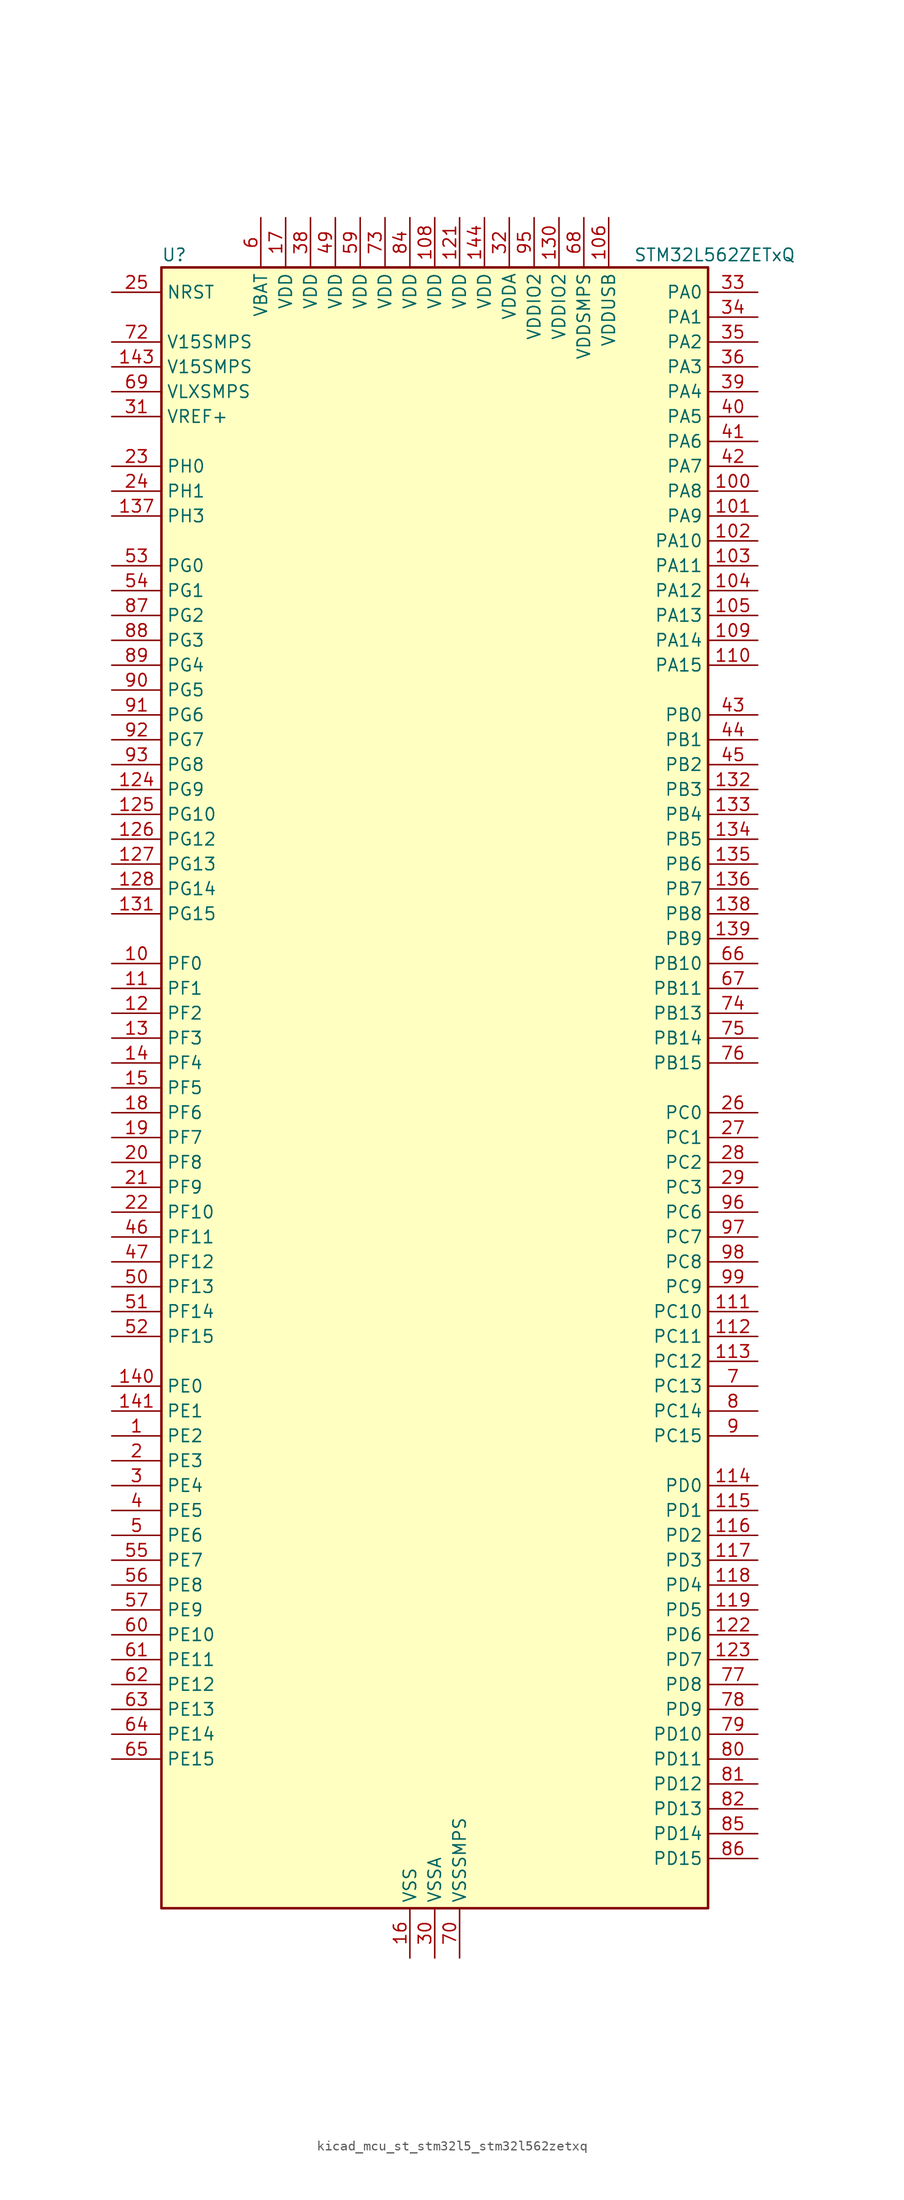
<source format=kicad_sym>
(kicad_symbol_lib
  (version 20220914)
  (generator kicad_symbol_editor)
  (symbol "kicad_mcu_st_stm32l5_stm32l562zetxq"
    (property "Reference" "U"
      (at -27.94 85.09 0)
      (effects (font (size 1.27 1.27)) (justify left)))
    (property "Value" "STM32L562ZETxQ"
      (at 20.32 85.09 0)
      (effects (font (size 1.27 1.27)) (justify left)))
    (property "ki_locked" ""
      (at 0 0 0)
      (effects (font (size 1.27 1.27))))
    (symbol "kicad_mcu_st_stm32l5_stm32l562zetxq_0_1"
      (rectangle (start -27.94 -83.82) (end 27.94 83.82) (stroke (width 0.254) (type default)) (fill (type background))))
    (symbol "kicad_mcu_st_stm32l5_stm32l562zetxq_1_1"
      (pin bidirectional line (at -33.02 -35.56 0) (length 5.08) (name "PE2" (effects (font (size 1.27 1.27)))) (number "1" (effects (font (size 1.27 1.27)))) (alternate "DEBUG_TRACECLK" bidirectional line) (alternate "FMC_A23" bidirectional line) (alternate "SAI1_CK1" bidirectional line) (alternate "SAI1_MCLK_A" bidirectional line) (alternate "TIM3_ETR" bidirectional line) (alternate "TSC_G7_IO1" bidirectional line))
      (pin bidirectional line (at -33.02 12.7 0) (length 5.08) (name "PF0" (effects (font (size 1.27 1.27)))) (number "10" (effects (font (size 1.27 1.27)))) (alternate "FMC_A0" bidirectional line) (alternate "I2C2_SDA" bidirectional line))
      (pin bidirectional line (at 33.02 60.96 180) (length 5.08) (name "PA8" (effects (font (size 1.27 1.27)))) (number "100" (effects (font (size 1.27 1.27)))) (alternate "LPTIM2_OUT" bidirectional line) (alternate "RCC_MCO" bidirectional line) (alternate "SAI1_CK2" bidirectional line) (alternate "SAI1_SCK_A" bidirectional line) (alternate "TIM1_CH1" bidirectional line) (alternate "USART1_CK" bidirectional line))
      (pin bidirectional line (at 33.02 58.42 180) (length 5.08) (name "PA9" (effects (font (size 1.27 1.27)))) (number "101" (effects (font (size 1.27 1.27)))) (alternate "DAC1_EXTI9" bidirectional line) (alternate "SAI1_FS_A" bidirectional line) (alternate "SPI2_SCK" bidirectional line) (alternate "TIM15_BKIN" bidirectional line) (alternate "TIM1_CH2" bidirectional line) (alternate "USART1_TX" bidirectional line))
      (pin bidirectional line (at 33.02 55.88 180) (length 5.08) (name "PA10" (effects (font (size 1.27 1.27)))) (number "102" (effects (font (size 1.27 1.27)))) (alternate "CRS_SYNC" bidirectional line) (alternate "SAI1_D1" bidirectional line) (alternate "SAI1_SD_A" bidirectional line) (alternate "TIM17_BKIN" bidirectional line) (alternate "TIM1_CH3" bidirectional line) (alternate "USART1_RX" bidirectional line))
      (pin bidirectional line (at 33.02 53.34 180) (length 5.08) (name "PA11" (effects (font (size 1.27 1.27)))) (number "103" (effects (font (size 1.27 1.27)))) (alternate "ADC1_EXTI11" bidirectional line) (alternate "ADC2_EXTI11" bidirectional line) (alternate "FDCAN1_RX" bidirectional line) (alternate "SPI1_MISO" bidirectional line) (alternate "TIM1_BKIN2" bidirectional line) (alternate "TIM1_CH4" bidirectional line) (alternate "USART1_CTS" bidirectional line) (alternate "USART1_NSS" bidirectional line) (alternate "USB_DM" bidirectional line))
      (pin bidirectional line (at 33.02 50.8 180) (length 5.08) (name "PA12" (effects (font (size 1.27 1.27)))) (number "104" (effects (font (size 1.27 1.27)))) (alternate "FDCAN1_TX" bidirectional line) (alternate "SPI1_MOSI" bidirectional line) (alternate "TIM1_ETR" bidirectional line) (alternate "USART1_DE" bidirectional line) (alternate "USART1_RTS" bidirectional line) (alternate "USB_DP" bidirectional line))
      (pin bidirectional line (at 33.02 48.26 180) (length 5.08) (name "PA13" (effects (font (size 1.27 1.27)))) (number "105" (effects (font (size 1.27 1.27)))) (alternate "DEBUG_JTMS-SWDIO" bidirectional line) (alternate "IR_OUT" bidirectional line) (alternate "SAI1_SD_B" bidirectional line) (alternate "USB_NOE" bidirectional line))
      (pin power_in line (at 17.78 88.9 270) (length 5.08) (name "VDDUSB" (effects (font (size 1.27 1.27)))) (number "106" (effects (font (size 1.27 1.27)))))
      (pin passive line (at -2.54 -88.9 90) (length 5.08) hide (name "VSS" (effects (font (size 1.27 1.27)))) (number "107" (effects (font (size 1.27 1.27)))))
      (pin power_in line (at 0 88.9 270) (length 5.08) (name "VDD" (effects (font (size 1.27 1.27)))) (number "108" (effects (font (size 1.27 1.27)))))
      (pin bidirectional line (at 33.02 45.72 180) (length 5.08) (name "PA14" (effects (font (size 1.27 1.27)))) (number "109" (effects (font (size 1.27 1.27)))) (alternate "DEBUG_JTCK-SWCLK" bidirectional line) (alternate "I2C1_SMBA" bidirectional line) (alternate "I2C4_SMBA" bidirectional line) (alternate "LPTIM1_OUT" bidirectional line) (alternate "SAI1_FS_B" bidirectional line))
      (pin bidirectional line (at -33.02 10.16 0) (length 5.08) (name "PF1" (effects (font (size 1.27 1.27)))) (number "11" (effects (font (size 1.27 1.27)))) (alternate "FMC_A1" bidirectional line) (alternate "I2C2_SCL" bidirectional line))
      (pin bidirectional line (at 33.02 43.18 180) (length 5.08) (name "PA15" (effects (font (size 1.27 1.27)))) (number "110" (effects (font (size 1.27 1.27)))) (alternate "ADC1_EXTI15" bidirectional line) (alternate "ADC2_EXTI15" bidirectional line) (alternate "DEBUG_JTDI" bidirectional line) (alternate "SAI2_FS_B" bidirectional line) (alternate "SPI1_NSS" bidirectional line) (alternate "SPI3_NSS" bidirectional line) (alternate "TIM2_CH1" bidirectional line) (alternate "TIM2_ETR" bidirectional line) (alternate "UART4_DE" bidirectional line) (alternate "UART4_RTS" bidirectional line) (alternate "UCPD1_CC1" bidirectional line) (alternate "USART2_RX" bidirectional line) (alternate "USART3_DE" bidirectional line) (alternate "USART3_RTS" bidirectional line))
      (pin bidirectional line (at 33.02 -22.86 180) (length 5.08) (name "PC10" (effects (font (size 1.27 1.27)))) (number "111" (effects (font (size 1.27 1.27)))) (alternate "DEBUG_TRACED1" bidirectional line) (alternate "LPTIM3_ETR" bidirectional line) (alternate "SAI2_SCK_B" bidirectional line) (alternate "SDMMC1_D2" bidirectional line) (alternate "SPI3_SCK" bidirectional line) (alternate "TSC_G3_IO2" bidirectional line) (alternate "UART4_TX" bidirectional line) (alternate "USART3_TX" bidirectional line))
      (pin bidirectional line (at 33.02 -25.4 180) (length 5.08) (name "PC11" (effects (font (size 1.27 1.27)))) (number "112" (effects (font (size 1.27 1.27)))) (alternate "ADC1_EXTI11" bidirectional line) (alternate "ADC2_EXTI11" bidirectional line) (alternate "LPTIM3_IN1" bidirectional line) (alternate "OCTOSPI1_NCS" bidirectional line) (alternate "SAI2_MCLK_B" bidirectional line) (alternate "SDMMC1_D3" bidirectional line) (alternate "SPI3_MISO" bidirectional line) (alternate "TSC_G3_IO3" bidirectional line) (alternate "UART4_RX" bidirectional line) (alternate "UCPD1_FRSTX2" bidirectional line) (alternate "USART3_RX" bidirectional line))
      (pin bidirectional line (at 33.02 -27.94 180) (length 5.08) (name "PC12" (effects (font (size 1.27 1.27)))) (number "113" (effects (font (size 1.27 1.27)))) (alternate "DEBUG_TRACED3" bidirectional line) (alternate "SAI2_SD_B" bidirectional line) (alternate "SDMMC1_CK" bidirectional line) (alternate "SPI3_MOSI" bidirectional line) (alternate "TSC_G3_IO4" bidirectional line) (alternate "UART5_TX" bidirectional line) (alternate "USART3_CK" bidirectional line))
      (pin bidirectional line (at 33.02 -40.64 180) (length 5.08) (name "PD0" (effects (font (size 1.27 1.27)))) (number "114" (effects (font (size 1.27 1.27)))) (alternate "FDCAN1_RX" bidirectional line) (alternate "FMC_D2" bidirectional line) (alternate "FMC_DA2" bidirectional line) (alternate "SPI2_NSS" bidirectional line))
      (pin bidirectional line (at 33.02 -43.18 180) (length 5.08) (name "PD1" (effects (font (size 1.27 1.27)))) (number "115" (effects (font (size 1.27 1.27)))) (alternate "FDCAN1_TX" bidirectional line) (alternate "FMC_D3" bidirectional line) (alternate "FMC_DA3" bidirectional line) (alternate "SPI2_SCK" bidirectional line))
      (pin bidirectional line (at 33.02 -45.72 180) (length 5.08) (name "PD2" (effects (font (size 1.27 1.27)))) (number "116" (effects (font (size 1.27 1.27)))) (alternate "DEBUG_TRACED2" bidirectional line) (alternate "SDMMC1_CMD" bidirectional line) (alternate "TIM3_ETR" bidirectional line) (alternate "TSC_SYNC" bidirectional line) (alternate "UART5_RX" bidirectional line) (alternate "USART3_DE" bidirectional line) (alternate "USART3_RTS" bidirectional line))
      (pin bidirectional line (at 33.02 -48.26 180) (length 5.08) (name "PD3" (effects (font (size 1.27 1.27)))) (number "117" (effects (font (size 1.27 1.27)))) (alternate "DFSDM1_DATIN0" bidirectional line) (alternate "FMC_CLK" bidirectional line) (alternate "SPI2_MISO" bidirectional line) (alternate "SPI2_SCK" bidirectional line) (alternate "USART2_CTS" bidirectional line) (alternate "USART2_NSS" bidirectional line))
      (pin bidirectional line (at 33.02 -50.8 180) (length 5.08) (name "PD4" (effects (font (size 1.27 1.27)))) (number "118" (effects (font (size 1.27 1.27)))) (alternate "DFSDM1_CKIN0" bidirectional line) (alternate "FMC_NOE" bidirectional line) (alternate "OCTOSPI1_IO4" bidirectional line) (alternate "SPI2_MOSI" bidirectional line) (alternate "USART2_DE" bidirectional line) (alternate "USART2_RTS" bidirectional line))
      (pin bidirectional line (at 33.02 -53.34 180) (length 5.08) (name "PD5" (effects (font (size 1.27 1.27)))) (number "119" (effects (font (size 1.27 1.27)))) (alternate "FMC_NWE" bidirectional line) (alternate "OCTOSPI1_IO5" bidirectional line) (alternate "USART2_TX" bidirectional line))
      (pin bidirectional line (at -33.02 7.62 0) (length 5.08) (name "PF2" (effects (font (size 1.27 1.27)))) (number "12" (effects (font (size 1.27 1.27)))) (alternate "FMC_A2" bidirectional line) (alternate "I2C2_SMBA" bidirectional line))
      (pin passive line (at -2.54 -88.9 90) (length 5.08) hide (name "VSS" (effects (font (size 1.27 1.27)))) (number "120" (effects (font (size 1.27 1.27)))))
      (pin power_in line (at 2.54 88.9 270) (length 5.08) (name "VDD" (effects (font (size 1.27 1.27)))) (number "121" (effects (font (size 1.27 1.27)))))
      (pin bidirectional line (at 33.02 -55.88 180) (length 5.08) (name "PD6" (effects (font (size 1.27 1.27)))) (number "122" (effects (font (size 1.27 1.27)))) (alternate "DFSDM1_DATIN1" bidirectional line) (alternate "FMC_NWAIT" bidirectional line) (alternate "OCTOSPI1_IO6" bidirectional line) (alternate "SAI1_D1" bidirectional line) (alternate "SAI1_SD_A" bidirectional line) (alternate "SPI3_MOSI" bidirectional line) (alternate "USART2_RX" bidirectional line))
      (pin bidirectional line (at 33.02 -58.42 180) (length 5.08) (name "PD7" (effects (font (size 1.27 1.27)))) (number "123" (effects (font (size 1.27 1.27)))) (alternate "DFSDM1_CKIN1" bidirectional line) (alternate "FMC_NCE" bidirectional line) (alternate "FMC_NE1" bidirectional line) (alternate "OCTOSPI1_IO7" bidirectional line) (alternate "USART2_CK" bidirectional line))
      (pin bidirectional line (at -33.02 30.48 0) (length 5.08) (name "PG9" (effects (font (size 1.27 1.27)))) (number "124" (effects (font (size 1.27 1.27)))) (alternate "DAC1_EXTI9" bidirectional line) (alternate "FMC_NCE" bidirectional line) (alternate "FMC_NE2" bidirectional line) (alternate "SAI2_SCK_A" bidirectional line) (alternate "SPI3_SCK" bidirectional line) (alternate "TIM15_CH1N" bidirectional line) (alternate "USART1_TX" bidirectional line))
      (pin bidirectional line (at -33.02 27.94 0) (length 5.08) (name "PG10" (effects (font (size 1.27 1.27)))) (number "125" (effects (font (size 1.27 1.27)))) (alternate "FMC_NE3" bidirectional line) (alternate "LPTIM1_IN1" bidirectional line) (alternate "SAI2_FS_A" bidirectional line) (alternate "SPI3_MISO" bidirectional line) (alternate "TIM15_CH1" bidirectional line) (alternate "USART1_RX" bidirectional line))
      (pin bidirectional line (at -33.02 25.4 0) (length 5.08) (name "PG12" (effects (font (size 1.27 1.27)))) (number "126" (effects (font (size 1.27 1.27)))) (alternate "FMC_NE4" bidirectional line) (alternate "LPTIM1_ETR" bidirectional line) (alternate "SAI2_SD_A" bidirectional line) (alternate "SPI3_NSS" bidirectional line) (alternate "USART1_DE" bidirectional line) (alternate "USART1_RTS" bidirectional line))
      (pin bidirectional line (at -33.02 22.86 0) (length 5.08) (name "PG13" (effects (font (size 1.27 1.27)))) (number "127" (effects (font (size 1.27 1.27)))) (alternate "FMC_A24" bidirectional line) (alternate "I2C1_SDA" bidirectional line) (alternate "USART1_CK" bidirectional line))
      (pin bidirectional line (at -33.02 20.32 0) (length 5.08) (name "PG14" (effects (font (size 1.27 1.27)))) (number "128" (effects (font (size 1.27 1.27)))) (alternate "FMC_A25" bidirectional line) (alternate "I2C1_SCL" bidirectional line))
      (pin passive line (at -2.54 -88.9 90) (length 5.08) hide (name "VSS" (effects (font (size 1.27 1.27)))) (number "129" (effects (font (size 1.27 1.27)))))
      (pin bidirectional line (at -33.02 5.08 0) (length 5.08) (name "PF3" (effects (font (size 1.27 1.27)))) (number "13" (effects (font (size 1.27 1.27)))) (alternate "FMC_A3" bidirectional line) (alternate "LPTIM3_IN1" bidirectional line))
      (pin power_in line (at 12.7 88.9 270) (length 5.08) (name "VDDIO2" (effects (font (size 1.27 1.27)))) (number "130" (effects (font (size 1.27 1.27)))))
      (pin bidirectional line (at -33.02 17.78 0) (length 5.08) (name "PG15" (effects (font (size 1.27 1.27)))) (number "131" (effects (font (size 1.27 1.27)))) (alternate "ADC1_EXTI15" bidirectional line) (alternate "ADC2_EXTI15" bidirectional line) (alternate "I2C1_SMBA" bidirectional line) (alternate "LPTIM1_OUT" bidirectional line))
      (pin bidirectional line (at 33.02 30.48 180) (length 5.08) (name "PB3" (effects (font (size 1.27 1.27)))) (number "132" (effects (font (size 1.27 1.27)))) (alternate "COMP2_INM" bidirectional line) (alternate "CRS_SYNC" bidirectional line) (alternate "DEBUG_JTDO-SWO" bidirectional line) (alternate "SAI1_SCK_B" bidirectional line) (alternate "SPI1_SCK" bidirectional line) (alternate "SPI3_SCK" bidirectional line) (alternate "TIM2_CH2" bidirectional line) (alternate "USART1_DE" bidirectional line) (alternate "USART1_RTS" bidirectional line))
      (pin bidirectional line (at 33.02 27.94 180) (length 5.08) (name "PB4" (effects (font (size 1.27 1.27)))) (number "133" (effects (font (size 1.27 1.27)))) (alternate "COMP2_INP" bidirectional line) (alternate "DEBUG_JTRST" bidirectional line) (alternate "I2C3_SDA" bidirectional line) (alternate "SAI1_MCLK_B" bidirectional line) (alternate "SPI1_MISO" bidirectional line) (alternate "SPI3_MISO" bidirectional line) (alternate "TIM17_BKIN" bidirectional line) (alternate "TIM3_CH1" bidirectional line) (alternate "TSC_G2_IO1" bidirectional line) (alternate "UART5_DE" bidirectional line) (alternate "UART5_RTS" bidirectional line) (alternate "USART1_CTS" bidirectional line) (alternate "USART1_NSS" bidirectional line))
      (pin bidirectional line (at 33.02 25.4 180) (length 5.08) (name "PB5" (effects (font (size 1.27 1.27)))) (number "134" (effects (font (size 1.27 1.27)))) (alternate "COMP2_OUT" bidirectional line) (alternate "I2C1_SMBA" bidirectional line) (alternate "LPTIM1_IN1" bidirectional line) (alternate "OCTOSPI1_NCLK" bidirectional line) (alternate "SAI1_SD_B" bidirectional line) (alternate "SPI1_MOSI" bidirectional line) (alternate "SPI3_MOSI" bidirectional line) (alternate "TIM16_BKIN" bidirectional line) (alternate "TIM3_CH2" bidirectional line) (alternate "TSC_G2_IO2" bidirectional line) (alternate "UART5_CTS" bidirectional line) (alternate "UCPD1_DBCC1" bidirectional line) (alternate "USART1_CK" bidirectional line))
      (pin bidirectional line (at 33.02 22.86 180) (length 5.08) (name "PB6" (effects (font (size 1.27 1.27)))) (number "135" (effects (font (size 1.27 1.27)))) (alternate "COMP2_INP" bidirectional line) (alternate "I2C1_SCL" bidirectional line) (alternate "I2C4_SCL" bidirectional line) (alternate "LPTIM1_ETR" bidirectional line) (alternate "SAI1_FS_B" bidirectional line) (alternate "TIM16_CH1N" bidirectional line) (alternate "TIM4_CH1" bidirectional line) (alternate "TIM8_BKIN2" bidirectional line) (alternate "TSC_G2_IO3" bidirectional line) (alternate "USART1_TX" bidirectional line))
      (pin bidirectional line (at 33.02 20.32 180) (length 5.08) (name "PB7" (effects (font (size 1.27 1.27)))) (number "136" (effects (font (size 1.27 1.27)))) (alternate "COMP2_INM" bidirectional line) (alternate "FMC_NL" bidirectional line) (alternate "I2C1_SDA" bidirectional line) (alternate "I2C4_SDA" bidirectional line) (alternate "LPTIM1_IN2" bidirectional line) (alternate "PWR_PVD_IN" bidirectional line) (alternate "TIM17_CH1N" bidirectional line) (alternate "TIM4_CH2" bidirectional line) (alternate "TIM8_BKIN" bidirectional line) (alternate "TSC_G2_IO4" bidirectional line) (alternate "UART4_CTS" bidirectional line) (alternate "USART1_RX" bidirectional line))
      (pin bidirectional line (at -33.02 58.42 0) (length 5.08) (name "PH3" (effects (font (size 1.27 1.27)))) (number "137" (effects (font (size 1.27 1.27)))))
      (pin bidirectional line (at 33.02 17.78 180) (length 5.08) (name "PB8" (effects (font (size 1.27 1.27)))) (number "138" (effects (font (size 1.27 1.27)))) (alternate "DFSDM1_CKOUT" bidirectional line) (alternate "FDCAN1_RX" bidirectional line) (alternate "I2C1_SCL" bidirectional line) (alternate "SAI1_CK1" bidirectional line) (alternate "SAI1_MCLK_A" bidirectional line) (alternate "SDMMC1_CKIN" bidirectional line) (alternate "SDMMC1_D4" bidirectional line) (alternate "TIM16_CH1" bidirectional line) (alternate "TIM4_CH3" bidirectional line))
      (pin bidirectional line (at 33.02 15.24 180) (length 5.08) (name "PB9" (effects (font (size 1.27 1.27)))) (number "139" (effects (font (size 1.27 1.27)))) (alternate "DAC1_EXTI9" bidirectional line) (alternate "FDCAN1_TX" bidirectional line) (alternate "I2C1_SDA" bidirectional line) (alternate "IR_OUT" bidirectional line) (alternate "SAI1_D2" bidirectional line) (alternate "SAI1_FS_A" bidirectional line) (alternate "SDMMC1_CDIR" bidirectional line) (alternate "SDMMC1_D5" bidirectional line) (alternate "SPI2_NSS" bidirectional line) (alternate "TIM17_CH1" bidirectional line) (alternate "TIM4_CH4" bidirectional line))
      (pin bidirectional line (at -33.02 2.54 0) (length 5.08) (name "PF4" (effects (font (size 1.27 1.27)))) (number "14" (effects (font (size 1.27 1.27)))) (alternate "FMC_A4" bidirectional line) (alternate "LPTIM3_ETR" bidirectional line))
      (pin bidirectional line (at -33.02 -30.48 0) (length 5.08) (name "PE0" (effects (font (size 1.27 1.27)))) (number "140" (effects (font (size 1.27 1.27)))) (alternate "FMC_NBL0" bidirectional line) (alternate "TIM16_CH1" bidirectional line) (alternate "TIM4_ETR" bidirectional line))
      (pin bidirectional line (at -33.02 -33.02 0) (length 5.08) (name "PE1" (effects (font (size 1.27 1.27)))) (number "141" (effects (font (size 1.27 1.27)))) (alternate "FMC_NBL1" bidirectional line) (alternate "TIM17_CH1" bidirectional line))
      (pin passive line (at -2.54 -88.9 90) (length 5.08) hide (name "VSS" (effects (font (size 1.27 1.27)))) (number "142" (effects (font (size 1.27 1.27)))))
      (pin power_in line (at -33.02 73.66 0) (length 5.08) (name "V15SMPS" (effects (font (size 1.27 1.27)))) (number "143" (effects (font (size 1.27 1.27)))))
      (pin power_in line (at 5.08 88.9 270) (length 5.08) (name "VDD" (effects (font (size 1.27 1.27)))) (number "144" (effects (font (size 1.27 1.27)))))
      (pin bidirectional line (at -33.02 0 0) (length 5.08) (name "PF5" (effects (font (size 1.27 1.27)))) (number "15" (effects (font (size 1.27 1.27)))) (alternate "FMC_A5" bidirectional line) (alternate "LPTIM3_OUT" bidirectional line))
      (pin power_in line (at -2.54 -88.9 90) (length 5.08) (name "VSS" (effects (font (size 1.27 1.27)))) (number "16" (effects (font (size 1.27 1.27)))))
      (pin power_in line (at -15.24 88.9 270) (length 5.08) (name "VDD" (effects (font (size 1.27 1.27)))) (number "17" (effects (font (size 1.27 1.27)))))
      (pin bidirectional line (at -33.02 -2.54 0) (length 5.08) (name "PF6" (effects (font (size 1.27 1.27)))) (number "18" (effects (font (size 1.27 1.27)))) (alternate "OCTOSPI1_IO3" bidirectional line) (alternate "SAI1_SD_B" bidirectional line) (alternate "TIM5_CH1" bidirectional line) (alternate "TIM5_ETR" bidirectional line))
      (pin bidirectional line (at -33.02 -5.08 0) (length 5.08) (name "PF7" (effects (font (size 1.27 1.27)))) (number "19" (effects (font (size 1.27 1.27)))) (alternate "OCTOSPI1_IO2" bidirectional line) (alternate "SAI1_MCLK_B" bidirectional line) (alternate "TAMP_IN6" bidirectional line) (alternate "TAMP_OUT3" bidirectional line) (alternate "TIM5_CH2" bidirectional line))
      (pin bidirectional line (at -33.02 -38.1 0) (length 5.08) (name "PE3" (effects (font (size 1.27 1.27)))) (number "2" (effects (font (size 1.27 1.27)))) (alternate "DEBUG_TRACED0" bidirectional line) (alternate "FMC_A19" bidirectional line) (alternate "OCTOSPI1_DQS" bidirectional line) (alternate "SAI1_SD_B" bidirectional line) (alternate "TIM3_CH1" bidirectional line) (alternate "TSC_G7_IO2" bidirectional line))
      (pin bidirectional line (at -33.02 -7.62 0) (length 5.08) (name "PF8" (effects (font (size 1.27 1.27)))) (number "20" (effects (font (size 1.27 1.27)))) (alternate "OCTOSPI1_IO0" bidirectional line) (alternate "SAI1_SCK_B" bidirectional line) (alternate "TAMP_IN7" bidirectional line) (alternate "TAMP_OUT8" bidirectional line) (alternate "TIM5_CH3" bidirectional line))
      (pin bidirectional line (at -33.02 -10.16 0) (length 5.08) (name "PF9" (effects (font (size 1.27 1.27)))) (number "21" (effects (font (size 1.27 1.27)))) (alternate "DAC1_EXTI9" bidirectional line) (alternate "OCTOSPI1_IO1" bidirectional line) (alternate "SAI1_FS_B" bidirectional line) (alternate "TAMP_IN8" bidirectional line) (alternate "TAMP_OUT7" bidirectional line) (alternate "TIM15_CH1" bidirectional line) (alternate "TIM5_CH4" bidirectional line))
      (pin bidirectional line (at -33.02 -12.7 0) (length 5.08) (name "PF10" (effects (font (size 1.27 1.27)))) (number "22" (effects (font (size 1.27 1.27)))) (alternate "DFSDM1_CKOUT" bidirectional line) (alternate "OCTOSPI1_CLK" bidirectional line) (alternate "SAI1_D3" bidirectional line) (alternate "TIM15_CH2" bidirectional line))
      (pin bidirectional line (at -33.02 63.5 0) (length 5.08) (name "PH0" (effects (font (size 1.27 1.27)))) (number "23" (effects (font (size 1.27 1.27)))) (alternate "RCC_OSC_IN" bidirectional line))
      (pin bidirectional line (at -33.02 60.96 0) (length 5.08) (name "PH1" (effects (font (size 1.27 1.27)))) (number "24" (effects (font (size 1.27 1.27)))) (alternate "RCC_OSC_OUT" bidirectional line))
      (pin input line (at -33.02 81.28 0) (length 5.08) (name "NRST" (effects (font (size 1.27 1.27)))) (number "25" (effects (font (size 1.27 1.27)))))
      (pin bidirectional line (at 33.02 -2.54 180) (length 5.08) (name "PC0" (effects (font (size 1.27 1.27)))) (number "26" (effects (font (size 1.27 1.27)))) (alternate "ADC1_IN1" bidirectional line) (alternate "ADC2_IN1" bidirectional line) (alternate "I2C3_SCL" bidirectional line) (alternate "LPTIM1_IN1" bidirectional line) (alternate "LPTIM2_IN1" bidirectional line) (alternate "LPUART1_RX" bidirectional line) (alternate "OCTOSPI1_IO7" bidirectional line) (alternate "SAI2_FS_A" bidirectional line) (alternate "SDMMC1_D5" bidirectional line))
      (pin bidirectional line (at 33.02 -5.08 180) (length 5.08) (name "PC1" (effects (font (size 1.27 1.27)))) (number "27" (effects (font (size 1.27 1.27)))) (alternate "ADC1_IN2" bidirectional line) (alternate "ADC2_IN2" bidirectional line) (alternate "DEBUG_TRACED0" bidirectional line) (alternate "I2C3_SDA" bidirectional line) (alternate "LPTIM1_OUT" bidirectional line) (alternate "LPUART1_TX" bidirectional line) (alternate "OCTOSPI1_IO4" bidirectional line) (alternate "SAI1_SD_A" bidirectional line) (alternate "SPI2_MOSI" bidirectional line))
      (pin bidirectional line (at 33.02 -7.62 180) (length 5.08) (name "PC2" (effects (font (size 1.27 1.27)))) (number "28" (effects (font (size 1.27 1.27)))) (alternate "ADC1_IN3" bidirectional line) (alternate "ADC2_IN3" bidirectional line) (alternate "DFSDM1_CKOUT" bidirectional line) (alternate "LPTIM1_IN2" bidirectional line) (alternate "OCTOSPI1_IO5" bidirectional line) (alternate "SPI2_MISO" bidirectional line))
      (pin bidirectional line (at 33.02 -10.16 180) (length 5.08) (name "PC3" (effects (font (size 1.27 1.27)))) (number "29" (effects (font (size 1.27 1.27)))) (alternate "ADC1_IN4" bidirectional line) (alternate "ADC2_IN4" bidirectional line) (alternate "LPTIM1_ETR" bidirectional line) (alternate "LPTIM2_ETR" bidirectional line) (alternate "LPTIM3_OUT" bidirectional line) (alternate "OCTOSPI1_IO6" bidirectional line) (alternate "SAI1_D1" bidirectional line) (alternate "SAI1_SD_A" bidirectional line) (alternate "SPI2_MOSI" bidirectional line))
      (pin bidirectional line (at -33.02 -40.64 0) (length 5.08) (name "PE4" (effects (font (size 1.27 1.27)))) (number "3" (effects (font (size 1.27 1.27)))) (alternate "DEBUG_TRACED1" bidirectional line) (alternate "DFSDM1_DATIN3" bidirectional line) (alternate "FMC_A20" bidirectional line) (alternate "SAI1_D2" bidirectional line) (alternate "SAI1_FS_A" bidirectional line) (alternate "TIM3_CH2" bidirectional line) (alternate "TSC_G7_IO3" bidirectional line))
      (pin power_in line (at 0 -88.9 90) (length 5.08) (name "VSSA" (effects (font (size 1.27 1.27)))) (number "30" (effects (font (size 1.27 1.27)))))
      (pin input line (at -33.02 68.58 0) (length 5.08) (name "VREF+" (effects (font (size 1.27 1.27)))) (number "31" (effects (font (size 1.27 1.27)))))
      (pin power_in line (at 7.62 88.9 270) (length 5.08) (name "VDDA" (effects (font (size 1.27 1.27)))) (number "32" (effects (font (size 1.27 1.27)))))
      (pin bidirectional line (at 33.02 81.28 180) (length 5.08) (name "PA0" (effects (font (size 1.27 1.27)))) (number "33" (effects (font (size 1.27 1.27)))) (alternate "ADC1_IN5" bidirectional line) (alternate "ADC2_IN5" bidirectional line) (alternate "OPAMP1_VINP" bidirectional line) (alternate "PWR_WKUP1" bidirectional line) (alternate "SAI1_EXTCLK" bidirectional line) (alternate "TAMP_IN2" bidirectional line) (alternate "TAMP_OUT1" bidirectional line) (alternate "TIM2_CH1" bidirectional line) (alternate "TIM2_ETR" bidirectional line) (alternate "TIM5_CH1" bidirectional line) (alternate "TIM8_ETR" bidirectional line) (alternate "UART4_TX" bidirectional line) (alternate "USART2_CTS" bidirectional line) (alternate "USART2_NSS" bidirectional line))
      (pin bidirectional line (at 33.02 78.74 180) (length 5.08) (name "PA1" (effects (font (size 1.27 1.27)))) (number "34" (effects (font (size 1.27 1.27)))) (alternate "ADC1_IN6" bidirectional line) (alternate "ADC2_IN6" bidirectional line) (alternate "I2C1_SMBA" bidirectional line) (alternate "OCTOSPI1_DQS" bidirectional line) (alternate "OPAMP1_VINM" bidirectional line) (alternate "SPI1_SCK" bidirectional line) (alternate "TAMP_IN5" bidirectional line) (alternate "TAMP_OUT4" bidirectional line) (alternate "TIM15_CH1N" bidirectional line) (alternate "TIM2_CH2" bidirectional line) (alternate "TIM5_CH2" bidirectional line) (alternate "UART4_RX" bidirectional line) (alternate "USART2_DE" bidirectional line) (alternate "USART2_RTS" bidirectional line))
      (pin bidirectional line (at 33.02 76.2 180) (length 5.08) (name "PA2" (effects (font (size 1.27 1.27)))) (number "35" (effects (font (size 1.27 1.27)))) (alternate "ADC1_IN7" bidirectional line) (alternate "ADC2_IN7" bidirectional line) (alternate "COMP1_INP" bidirectional line) (alternate "LPUART1_TX" bidirectional line) (alternate "OCTOSPI1_NCS" bidirectional line) (alternate "PWR_WKUP4" bidirectional line) (alternate "RCC_LSCO" bidirectional line) (alternate "SAI2_EXTCLK" bidirectional line) (alternate "TIM15_CH1" bidirectional line) (alternate "TIM2_CH3" bidirectional line) (alternate "TIM5_CH3" bidirectional line) (alternate "UCPD1_FRSTX1" bidirectional line) (alternate "USART2_TX" bidirectional line))
      (pin bidirectional line (at 33.02 73.66 180) (length 5.08) (name "PA3" (effects (font (size 1.27 1.27)))) (number "36" (effects (font (size 1.27 1.27)))) (alternate "ADC1_IN8" bidirectional line) (alternate "ADC2_IN8" bidirectional line) (alternate "LPUART1_RX" bidirectional line) (alternate "OCTOSPI1_CLK" bidirectional line) (alternate "OPAMP1_VOUT" bidirectional line) (alternate "SAI1_CK1" bidirectional line) (alternate "SAI1_MCLK_A" bidirectional line) (alternate "TIM15_CH2" bidirectional line) (alternate "TIM2_CH4" bidirectional line) (alternate "TIM5_CH4" bidirectional line) (alternate "USART2_RX" bidirectional line))
      (pin passive line (at -2.54 -88.9 90) (length 5.08) hide (name "VSS" (effects (font (size 1.27 1.27)))) (number "37" (effects (font (size 1.27 1.27)))))
      (pin power_in line (at -12.7 88.9 270) (length 5.08) (name "VDD" (effects (font (size 1.27 1.27)))) (number "38" (effects (font (size 1.27 1.27)))))
      (pin bidirectional line (at 33.02 71.12 180) (length 5.08) (name "PA4" (effects (font (size 1.27 1.27)))) (number "39" (effects (font (size 1.27 1.27)))) (alternate "ADC1_IN9" bidirectional line) (alternate "ADC2_IN9" bidirectional line) (alternate "DAC1_OUT1" bidirectional line) (alternate "LPTIM2_OUT" bidirectional line) (alternate "OCTOSPI1_NCS" bidirectional line) (alternate "SAI1_FS_B" bidirectional line) (alternate "SPI1_NSS" bidirectional line) (alternate "SPI3_NSS" bidirectional line) (alternate "USART2_CK" bidirectional line))
      (pin bidirectional line (at -33.02 -43.18 0) (length 5.08) (name "PE5" (effects (font (size 1.27 1.27)))) (number "4" (effects (font (size 1.27 1.27)))) (alternate "DEBUG_TRACED2" bidirectional line) (alternate "DFSDM1_CKIN3" bidirectional line) (alternate "FMC_A21" bidirectional line) (alternate "SAI1_CK2" bidirectional line) (alternate "SAI1_SCK_A" bidirectional line) (alternate "TIM3_CH3" bidirectional line) (alternate "TSC_G7_IO4" bidirectional line))
      (pin bidirectional line (at 33.02 68.58 180) (length 5.08) (name "PA5" (effects (font (size 1.27 1.27)))) (number "40" (effects (font (size 1.27 1.27)))) (alternate "ADC1_IN10" bidirectional line) (alternate "ADC2_IN10" bidirectional line) (alternate "DAC1_OUT2" bidirectional line) (alternate "LPTIM2_ETR" bidirectional line) (alternate "SPI1_SCK" bidirectional line) (alternate "TIM2_CH1" bidirectional line) (alternate "TIM2_ETR" bidirectional line) (alternate "TIM8_CH1N" bidirectional line))
      (pin bidirectional line (at 33.02 66.04 180) (length 5.08) (name "PA6" (effects (font (size 1.27 1.27)))) (number "41" (effects (font (size 1.27 1.27)))) (alternate "ADC1_IN11" bidirectional line) (alternate "ADC2_IN11" bidirectional line) (alternate "LPUART1_CTS" bidirectional line) (alternate "OCTOSPI1_IO3" bidirectional line) (alternate "OPAMP2_VINP" bidirectional line) (alternate "SPI1_MISO" bidirectional line) (alternate "TIM16_CH1" bidirectional line) (alternate "TIM1_BKIN" bidirectional line) (alternate "TIM3_CH1" bidirectional line) (alternate "TIM8_BKIN" bidirectional line) (alternate "USART3_CTS" bidirectional line) (alternate "USART3_NSS" bidirectional line))
      (pin bidirectional line (at 33.02 63.5 180) (length 5.08) (name "PA7" (effects (font (size 1.27 1.27)))) (number "42" (effects (font (size 1.27 1.27)))) (alternate "ADC1_IN12" bidirectional line) (alternate "ADC2_IN12" bidirectional line) (alternate "I2C3_SCL" bidirectional line) (alternate "OCTOSPI1_IO2" bidirectional line) (alternate "OPAMP2_VINM" bidirectional line) (alternate "SPI1_MOSI" bidirectional line) (alternate "TIM17_CH1" bidirectional line) (alternate "TIM1_CH1N" bidirectional line) (alternate "TIM3_CH2" bidirectional line) (alternate "TIM8_CH1N" bidirectional line))
      (pin bidirectional line (at 33.02 38.1 180) (length 5.08) (name "PB0" (effects (font (size 1.27 1.27)))) (number "43" (effects (font (size 1.27 1.27)))) (alternate "ADC1_IN15" bidirectional line) (alternate "ADC2_IN15" bidirectional line) (alternate "COMP1_OUT" bidirectional line) (alternate "OCTOSPI1_IO1" bidirectional line) (alternate "OPAMP2_VOUT" bidirectional line) (alternate "SAI1_EXTCLK" bidirectional line) (alternate "SPI1_NSS" bidirectional line) (alternate "TIM1_CH2N" bidirectional line) (alternate "TIM3_CH3" bidirectional line) (alternate "TIM8_CH2N" bidirectional line) (alternate "USART3_CK" bidirectional line))
      (pin bidirectional line (at 33.02 35.56 180) (length 5.08) (name "PB1" (effects (font (size 1.27 1.27)))) (number "44" (effects (font (size 1.27 1.27)))) (alternate "ADC1_IN16" bidirectional line) (alternate "ADC2_IN16" bidirectional line) (alternate "COMP1_INM" bidirectional line) (alternate "DFSDM1_DATIN0" bidirectional line) (alternate "LPTIM2_IN1" bidirectional line) (alternate "LPUART1_DE" bidirectional line) (alternate "LPUART1_RTS" bidirectional line) (alternate "OCTOSPI1_IO0" bidirectional line) (alternate "TIM1_CH3N" bidirectional line) (alternate "TIM3_CH4" bidirectional line) (alternate "TIM8_CH3N" bidirectional line) (alternate "USART3_DE" bidirectional line) (alternate "USART3_RTS" bidirectional line))
      (pin bidirectional line (at 33.02 33.02 180) (length 5.08) (name "PB2" (effects (font (size 1.27 1.27)))) (number "45" (effects (font (size 1.27 1.27)))) (alternate "COMP1_INP" bidirectional line) (alternate "DFSDM1_CKIN0" bidirectional line) (alternate "I2C3_SMBA" bidirectional line) (alternate "LPTIM1_OUT" bidirectional line) (alternate "OCTOSPI1_DQS" bidirectional line) (alternate "RTC_OUT2" bidirectional line) (alternate "UCPD1_FRSTX1" bidirectional line))
      (pin bidirectional line (at -33.02 -15.24 0) (length 5.08) (name "PF11" (effects (font (size 1.27 1.27)))) (number "46" (effects (font (size 1.27 1.27)))) (alternate "ADC1_EXTI11" bidirectional line) (alternate "ADC2_EXTI11" bidirectional line) (alternate "OCTOSPI1_NCLK" bidirectional line))
      (pin bidirectional line (at -33.02 -17.78 0) (length 5.08) (name "PF12" (effects (font (size 1.27 1.27)))) (number "47" (effects (font (size 1.27 1.27)))) (alternate "FMC_A6" bidirectional line))
      (pin passive line (at -2.54 -88.9 90) (length 5.08) hide (name "VSS" (effects (font (size 1.27 1.27)))) (number "48" (effects (font (size 1.27 1.27)))))
      (pin power_in line (at -10.16 88.9 270) (length 5.08) (name "VDD" (effects (font (size 1.27 1.27)))) (number "49" (effects (font (size 1.27 1.27)))))
      (pin bidirectional line (at -33.02 -45.72 0) (length 5.08) (name "PE6" (effects (font (size 1.27 1.27)))) (number "5" (effects (font (size 1.27 1.27)))) (alternate "DEBUG_TRACED3" bidirectional line) (alternate "FMC_A22" bidirectional line) (alternate "PWR_WKUP3" bidirectional line) (alternate "SAI1_D1" bidirectional line) (alternate "SAI1_SD_A" bidirectional line) (alternate "TAMP_IN3" bidirectional line) (alternate "TAMP_OUT6" bidirectional line) (alternate "TIM3_CH4" bidirectional line))
      (pin bidirectional line (at -33.02 -20.32 0) (length 5.08) (name "PF13" (effects (font (size 1.27 1.27)))) (number "50" (effects (font (size 1.27 1.27)))) (alternate "FMC_A7" bidirectional line) (alternate "I2C4_SMBA" bidirectional line))
      (pin bidirectional line (at -33.02 -22.86 0) (length 5.08) (name "PF14" (effects (font (size 1.27 1.27)))) (number "51" (effects (font (size 1.27 1.27)))) (alternate "FMC_A8" bidirectional line) (alternate "I2C4_SCL" bidirectional line) (alternate "TSC_G8_IO1" bidirectional line))
      (pin bidirectional line (at -33.02 -25.4 0) (length 5.08) (name "PF15" (effects (font (size 1.27 1.27)))) (number "52" (effects (font (size 1.27 1.27)))) (alternate "ADC1_EXTI15" bidirectional line) (alternate "ADC2_EXTI15" bidirectional line) (alternate "FMC_A9" bidirectional line) (alternate "I2C4_SDA" bidirectional line) (alternate "TSC_G8_IO2" bidirectional line))
      (pin bidirectional line (at -33.02 53.34 0) (length 5.08) (name "PG0" (effects (font (size 1.27 1.27)))) (number "53" (effects (font (size 1.27 1.27)))) (alternate "FMC_A10" bidirectional line) (alternate "TSC_G8_IO3" bidirectional line))
      (pin bidirectional line (at -33.02 50.8 0) (length 5.08) (name "PG1" (effects (font (size 1.27 1.27)))) (number "54" (effects (font (size 1.27 1.27)))) (alternate "FMC_A11" bidirectional line) (alternate "TSC_G8_IO4" bidirectional line))
      (pin bidirectional line (at -33.02 -48.26 0) (length 5.08) (name "PE7" (effects (font (size 1.27 1.27)))) (number "55" (effects (font (size 1.27 1.27)))) (alternate "DFSDM1_DATIN2" bidirectional line) (alternate "FMC_D4" bidirectional line) (alternate "FMC_DA4" bidirectional line) (alternate "SAI1_SD_B" bidirectional line) (alternate "TIM1_ETR" bidirectional line))
      (pin bidirectional line (at -33.02 -50.8 0) (length 5.08) (name "PE8" (effects (font (size 1.27 1.27)))) (number "56" (effects (font (size 1.27 1.27)))) (alternate "DFSDM1_CKIN2" bidirectional line) (alternate "FMC_D5" bidirectional line) (alternate "FMC_DA5" bidirectional line) (alternate "SAI1_SCK_B" bidirectional line) (alternate "TIM1_CH1N" bidirectional line))
      (pin bidirectional line (at -33.02 -53.34 0) (length 5.08) (name "PE9" (effects (font (size 1.27 1.27)))) (number "57" (effects (font (size 1.27 1.27)))) (alternate "DAC1_EXTI9" bidirectional line) (alternate "DFSDM1_CKOUT" bidirectional line) (alternate "FMC_D6" bidirectional line) (alternate "FMC_DA6" bidirectional line) (alternate "OCTOSPI1_NCLK" bidirectional line) (alternate "SAI1_FS_B" bidirectional line) (alternate "TIM1_CH1" bidirectional line))
      (pin passive line (at -2.54 -88.9 90) (length 5.08) hide (name "VSS" (effects (font (size 1.27 1.27)))) (number "58" (effects (font (size 1.27 1.27)))))
      (pin power_in line (at -7.62 88.9 270) (length 5.08) (name "VDD" (effects (font (size 1.27 1.27)))) (number "59" (effects (font (size 1.27 1.27)))))
      (pin power_in line (at -17.78 88.9 270) (length 5.08) (name "VBAT" (effects (font (size 1.27 1.27)))) (number "6" (effects (font (size 1.27 1.27)))))
      (pin bidirectional line (at -33.02 -55.88 0) (length 5.08) (name "PE10" (effects (font (size 1.27 1.27)))) (number "60" (effects (font (size 1.27 1.27)))) (alternate "FMC_D7" bidirectional line) (alternate "FMC_DA7" bidirectional line) (alternate "OCTOSPI1_CLK" bidirectional line) (alternate "SAI1_MCLK_B" bidirectional line) (alternate "TIM1_CH2N" bidirectional line) (alternate "TSC_G5_IO1" bidirectional line))
      (pin bidirectional line (at -33.02 -58.42 0) (length 5.08) (name "PE11" (effects (font (size 1.27 1.27)))) (number "61" (effects (font (size 1.27 1.27)))) (alternate "ADC1_EXTI11" bidirectional line) (alternate "ADC2_EXTI11" bidirectional line) (alternate "FMC_D8" bidirectional line) (alternate "FMC_DA8" bidirectional line) (alternate "OCTOSPI1_NCS" bidirectional line) (alternate "TIM1_CH2" bidirectional line) (alternate "TSC_G5_IO2" bidirectional line))
      (pin bidirectional line (at -33.02 -60.96 0) (length 5.08) (name "PE12" (effects (font (size 1.27 1.27)))) (number "62" (effects (font (size 1.27 1.27)))) (alternate "FMC_D9" bidirectional line) (alternate "FMC_DA9" bidirectional line) (alternate "OCTOSPI1_IO0" bidirectional line) (alternate "SPI1_NSS" bidirectional line) (alternate "TIM1_CH3N" bidirectional line) (alternate "TSC_G5_IO3" bidirectional line))
      (pin bidirectional line (at -33.02 -63.5 0) (length 5.08) (name "PE13" (effects (font (size 1.27 1.27)))) (number "63" (effects (font (size 1.27 1.27)))) (alternate "FMC_D10" bidirectional line) (alternate "FMC_DA10" bidirectional line) (alternate "OCTOSPI1_IO1" bidirectional line) (alternate "SPI1_SCK" bidirectional line) (alternate "TIM1_CH3" bidirectional line) (alternate "TSC_G5_IO4" bidirectional line))
      (pin bidirectional line (at -33.02 -66.04 0) (length 5.08) (name "PE14" (effects (font (size 1.27 1.27)))) (number "64" (effects (font (size 1.27 1.27)))) (alternate "FMC_D11" bidirectional line) (alternate "FMC_DA11" bidirectional line) (alternate "OCTOSPI1_IO2" bidirectional line) (alternate "SPI1_MISO" bidirectional line) (alternate "TIM1_BKIN2" bidirectional line) (alternate "TIM1_CH4" bidirectional line))
      (pin bidirectional line (at -33.02 -68.58 0) (length 5.08) (name "PE15" (effects (font (size 1.27 1.27)))) (number "65" (effects (font (size 1.27 1.27)))) (alternate "ADC1_EXTI15" bidirectional line) (alternate "ADC2_EXTI15" bidirectional line) (alternate "FMC_D12" bidirectional line) (alternate "FMC_DA12" bidirectional line) (alternate "OCTOSPI1_IO3" bidirectional line) (alternate "SPI1_MOSI" bidirectional line) (alternate "TIM1_BKIN" bidirectional line))
      (pin bidirectional line (at 33.02 12.7 180) (length 5.08) (name "PB10" (effects (font (size 1.27 1.27)))) (number "66" (effects (font (size 1.27 1.27)))) (alternate "COMP1_OUT" bidirectional line) (alternate "I2C2_SCL" bidirectional line) (alternate "I2C4_SCL" bidirectional line) (alternate "LPTIM3_OUT" bidirectional line) (alternate "LPUART1_RX" bidirectional line) (alternate "OCTOSPI1_CLK" bidirectional line) (alternate "SAI1_SCK_A" bidirectional line) (alternate "SPI2_SCK" bidirectional line) (alternate "TIM2_CH3" bidirectional line) (alternate "TSC_SYNC" bidirectional line) (alternate "USART3_TX" bidirectional line))
      (pin bidirectional line (at 33.02 10.16 180) (length 5.08) (name "PB11" (effects (font (size 1.27 1.27)))) (number "67" (effects (font (size 1.27 1.27)))) (alternate "ADC1_EXTI11" bidirectional line) (alternate "ADC2_EXTI11" bidirectional line) (alternate "COMP2_OUT" bidirectional line) (alternate "I2C2_SDA" bidirectional line) (alternate "I2C4_SDA" bidirectional line) (alternate "LPUART1_TX" bidirectional line) (alternate "OCTOSPI1_NCS" bidirectional line) (alternate "TIM2_CH4" bidirectional line) (alternate "USART3_RX" bidirectional line))
      (pin power_in line (at 15.24 88.9 270) (length 5.08) (name "VDDSMPS" (effects (font (size 1.27 1.27)))) (number "68" (effects (font (size 1.27 1.27)))))
      (pin power_in line (at -33.02 71.12 0) (length 5.08) (name "VLXSMPS" (effects (font (size 1.27 1.27)))) (number "69" (effects (font (size 1.27 1.27)))))
      (pin bidirectional line (at 33.02 -30.48 180) (length 5.08) (name "PC13" (effects (font (size 1.27 1.27)))) (number "7" (effects (font (size 1.27 1.27)))) (alternate "PWR_WKUP2" bidirectional line) (alternate "RTC_OUT1" bidirectional line) (alternate "RTC_TS" bidirectional line) (alternate "TAMP_IN1" bidirectional line) (alternate "TAMP_OUT2" bidirectional line))
      (pin power_in line (at 2.54 -88.9 90) (length 5.08) (name "VSSSMPS" (effects (font (size 1.27 1.27)))) (number "70" (effects (font (size 1.27 1.27)))))
      (pin passive line (at -2.54 -88.9 90) (length 5.08) hide (name "VSS" (effects (font (size 1.27 1.27)))) (number "71" (effects (font (size 1.27 1.27)))))
      (pin power_in line (at -33.02 76.2 0) (length 5.08) (name "V15SMPS" (effects (font (size 1.27 1.27)))) (number "72" (effects (font (size 1.27 1.27)))))
      (pin power_in line (at -5.08 88.9 270) (length 5.08) (name "VDD" (effects (font (size 1.27 1.27)))) (number "73" (effects (font (size 1.27 1.27)))))
      (pin bidirectional line (at 33.02 7.62 180) (length 5.08) (name "PB13" (effects (font (size 1.27 1.27)))) (number "74" (effects (font (size 1.27 1.27)))) (alternate "DFSDM1_CKIN1" bidirectional line) (alternate "I2C2_SCL" bidirectional line) (alternate "LPTIM3_IN1" bidirectional line) (alternate "LPUART1_CTS" bidirectional line) (alternate "SAI2_SCK_A" bidirectional line) (alternate "SPI2_SCK" bidirectional line) (alternate "TIM15_CH1N" bidirectional line) (alternate "TIM1_CH1N" bidirectional line) (alternate "TSC_G1_IO2" bidirectional line) (alternate "UCPD1_FRSTX2" bidirectional line) (alternate "USART3_CTS" bidirectional line) (alternate "USART3_NSS" bidirectional line))
      (pin bidirectional line (at 33.02 5.08 180) (length 5.08) (name "PB14" (effects (font (size 1.27 1.27)))) (number "75" (effects (font (size 1.27 1.27)))) (alternate "DFSDM1_DATIN2" bidirectional line) (alternate "I2C2_SDA" bidirectional line) (alternate "LPTIM3_ETR" bidirectional line) (alternate "SAI2_MCLK_A" bidirectional line) (alternate "SPI2_MISO" bidirectional line) (alternate "TIM15_CH1" bidirectional line) (alternate "TIM1_CH2N" bidirectional line) (alternate "TIM8_CH2N" bidirectional line) (alternate "TSC_G1_IO3" bidirectional line) (alternate "UCPD1_DBCC2" bidirectional line) (alternate "USART3_DE" bidirectional line) (alternate "USART3_RTS" bidirectional line))
      (pin bidirectional line (at 33.02 2.54 180) (length 5.08) (name "PB15" (effects (font (size 1.27 1.27)))) (number "76" (effects (font (size 1.27 1.27)))) (alternate "ADC1_EXTI15" bidirectional line) (alternate "ADC2_EXTI15" bidirectional line) (alternate "DFSDM1_CKIN2" bidirectional line) (alternate "RTC_REFIN" bidirectional line) (alternate "SAI2_SD_A" bidirectional line) (alternate "SPI2_MOSI" bidirectional line) (alternate "TIM15_CH2" bidirectional line) (alternate "TIM1_CH3N" bidirectional line) (alternate "TIM8_CH3N" bidirectional line) (alternate "UCPD1_CC2" bidirectional line))
      (pin bidirectional line (at 33.02 -60.96 180) (length 5.08) (name "PD8" (effects (font (size 1.27 1.27)))) (number "77" (effects (font (size 1.27 1.27)))) (alternate "FMC_D13" bidirectional line) (alternate "FMC_DA13" bidirectional line) (alternate "USART3_TX" bidirectional line))
      (pin bidirectional line (at 33.02 -63.5 180) (length 5.08) (name "PD9" (effects (font (size 1.27 1.27)))) (number "78" (effects (font (size 1.27 1.27)))) (alternate "DAC1_EXTI9" bidirectional line) (alternate "FMC_D14" bidirectional line) (alternate "FMC_DA14" bidirectional line) (alternate "SAI2_MCLK_A" bidirectional line) (alternate "USART3_RX" bidirectional line))
      (pin bidirectional line (at 33.02 -66.04 180) (length 5.08) (name "PD10" (effects (font (size 1.27 1.27)))) (number "79" (effects (font (size 1.27 1.27)))) (alternate "FMC_D15" bidirectional line) (alternate "FMC_DA15" bidirectional line) (alternate "SAI2_SCK_A" bidirectional line) (alternate "TSC_G6_IO1" bidirectional line) (alternate "USART3_CK" bidirectional line))
      (pin bidirectional line (at 33.02 -33.02 180) (length 5.08) (name "PC14" (effects (font (size 1.27 1.27)))) (number "8" (effects (font (size 1.27 1.27)))) (alternate "RCC_OSC32_IN" bidirectional line))
      (pin bidirectional line (at 33.02 -68.58 180) (length 5.08) (name "PD11" (effects (font (size 1.27 1.27)))) (number "80" (effects (font (size 1.27 1.27)))) (alternate "ADC1_EXTI11" bidirectional line) (alternate "ADC2_EXTI11" bidirectional line) (alternate "FMC_A16" bidirectional line) (alternate "FMC_CLE" bidirectional line) (alternate "I2C4_SMBA" bidirectional line) (alternate "LPTIM2_ETR" bidirectional line) (alternate "SAI2_SD_A" bidirectional line) (alternate "TSC_G6_IO2" bidirectional line) (alternate "USART3_CTS" bidirectional line) (alternate "USART3_NSS" bidirectional line))
      (pin bidirectional line (at 33.02 -71.12 180) (length 5.08) (name "PD12" (effects (font (size 1.27 1.27)))) (number "81" (effects (font (size 1.27 1.27)))) (alternate "FMC_A17" bidirectional line) (alternate "FMC_ALE" bidirectional line) (alternate "I2C4_SCL" bidirectional line) (alternate "LPTIM2_IN1" bidirectional line) (alternate "SAI2_FS_A" bidirectional line) (alternate "TIM4_CH1" bidirectional line) (alternate "TSC_G6_IO3" bidirectional line) (alternate "USART3_DE" bidirectional line) (alternate "USART3_RTS" bidirectional line))
      (pin bidirectional line (at 33.02 -73.66 180) (length 5.08) (name "PD13" (effects (font (size 1.27 1.27)))) (number "82" (effects (font (size 1.27 1.27)))) (alternate "FMC_A18" bidirectional line) (alternate "I2C4_SDA" bidirectional line) (alternate "LPTIM2_OUT" bidirectional line) (alternate "TIM4_CH2" bidirectional line) (alternate "TSC_G6_IO4" bidirectional line))
      (pin passive line (at -2.54 -88.9 90) (length 5.08) hide (name "VSS" (effects (font (size 1.27 1.27)))) (number "83" (effects (font (size 1.27 1.27)))))
      (pin power_in line (at -2.54 88.9 270) (length 5.08) (name "VDD" (effects (font (size 1.27 1.27)))) (number "84" (effects (font (size 1.27 1.27)))))
      (pin bidirectional line (at 33.02 -76.2 180) (length 5.08) (name "PD14" (effects (font (size 1.27 1.27)))) (number "85" (effects (font (size 1.27 1.27)))) (alternate "FMC_D0" bidirectional line) (alternate "FMC_DA0" bidirectional line) (alternate "TIM4_CH3" bidirectional line))
      (pin bidirectional line (at 33.02 -78.74 180) (length 5.08) (name "PD15" (effects (font (size 1.27 1.27)))) (number "86" (effects (font (size 1.27 1.27)))) (alternate "ADC1_EXTI15" bidirectional line) (alternate "ADC2_EXTI15" bidirectional line) (alternate "FMC_D1" bidirectional line) (alternate "FMC_DA1" bidirectional line) (alternate "TIM4_CH4" bidirectional line))
      (pin bidirectional line (at -33.02 48.26 0) (length 5.08) (name "PG2" (effects (font (size 1.27 1.27)))) (number "87" (effects (font (size 1.27 1.27)))) (alternate "FMC_A12" bidirectional line) (alternate "SAI2_SCK_B" bidirectional line) (alternate "SPI1_SCK" bidirectional line))
      (pin bidirectional line (at -33.02 45.72 0) (length 5.08) (name "PG3" (effects (font (size 1.27 1.27)))) (number "88" (effects (font (size 1.27 1.27)))) (alternate "FMC_A13" bidirectional line) (alternate "SAI2_FS_B" bidirectional line) (alternate "SPI1_MISO" bidirectional line))
      (pin bidirectional line (at -33.02 43.18 0) (length 5.08) (name "PG4" (effects (font (size 1.27 1.27)))) (number "89" (effects (font (size 1.27 1.27)))) (alternate "FMC_A14" bidirectional line) (alternate "SAI2_MCLK_B" bidirectional line) (alternate "SPI1_MOSI" bidirectional line))
      (pin bidirectional line (at 33.02 -35.56 180) (length 5.08) (name "PC15" (effects (font (size 1.27 1.27)))) (number "9" (effects (font (size 1.27 1.27)))) (alternate "ADC1_EXTI15" bidirectional line) (alternate "ADC2_EXTI15" bidirectional line) (alternate "RCC_OSC32_OUT" bidirectional line))
      (pin bidirectional line (at -33.02 40.64 0) (length 5.08) (name "PG5" (effects (font (size 1.27 1.27)))) (number "90" (effects (font (size 1.27 1.27)))) (alternate "FMC_A15" bidirectional line) (alternate "LPUART1_CTS" bidirectional line) (alternate "SAI2_SD_B" bidirectional line) (alternate "SPI1_NSS" bidirectional line))
      (pin bidirectional line (at -33.02 38.1 0) (length 5.08) (name "PG6" (effects (font (size 1.27 1.27)))) (number "91" (effects (font (size 1.27 1.27)))) (alternate "I2C3_SMBA" bidirectional line) (alternate "LPUART1_DE" bidirectional line) (alternate "LPUART1_RTS" bidirectional line) (alternate "OCTOSPI1_DQS" bidirectional line) (alternate "UCPD1_FRSTX1" bidirectional line))
      (pin bidirectional line (at -33.02 35.56 0) (length 5.08) (name "PG7" (effects (font (size 1.27 1.27)))) (number "92" (effects (font (size 1.27 1.27)))) (alternate "DFSDM1_CKOUT" bidirectional line) (alternate "FMC_INT" bidirectional line) (alternate "I2C3_SCL" bidirectional line) (alternate "LPUART1_TX" bidirectional line) (alternate "SAI1_CK1" bidirectional line) (alternate "SAI1_MCLK_A" bidirectional line) (alternate "UCPD1_FRSTX2" bidirectional line))
      (pin bidirectional line (at -33.02 33.02 0) (length 5.08) (name "PG8" (effects (font (size 1.27 1.27)))) (number "93" (effects (font (size 1.27 1.27)))) (alternate "I2C3_SDA" bidirectional line) (alternate "LPUART1_RX" bidirectional line))
      (pin passive line (at -2.54 -88.9 90) (length 5.08) hide (name "VSS" (effects (font (size 1.27 1.27)))) (number "94" (effects (font (size 1.27 1.27)))))
      (pin power_in line (at 10.16 88.9 270) (length 5.08) (name "VDDIO2" (effects (font (size 1.27 1.27)))) (number "95" (effects (font (size 1.27 1.27)))))
      (pin bidirectional line (at 33.02 -12.7 180) (length 5.08) (name "PC6" (effects (font (size 1.27 1.27)))) (number "96" (effects (font (size 1.27 1.27)))) (alternate "DFSDM1_CKIN3" bidirectional line) (alternate "SAI2_MCLK_A" bidirectional line) (alternate "SDMMC1_D0DIR" bidirectional line) (alternate "SDMMC1_D6" bidirectional line) (alternate "TIM3_CH1" bidirectional line) (alternate "TIM8_CH1" bidirectional line) (alternate "TSC_G4_IO1" bidirectional line))
      (pin bidirectional line (at 33.02 -15.24 180) (length 5.08) (name "PC7" (effects (font (size 1.27 1.27)))) (number "97" (effects (font (size 1.27 1.27)))) (alternate "DFSDM1_DATIN3" bidirectional line) (alternate "SAI2_MCLK_B" bidirectional line) (alternate "SDMMC1_D123DIR" bidirectional line) (alternate "SDMMC1_D7" bidirectional line) (alternate "TIM3_CH2" bidirectional line) (alternate "TIM8_CH2" bidirectional line) (alternate "TSC_G4_IO2" bidirectional line))
      (pin bidirectional line (at 33.02 -17.78 180) (length 5.08) (name "PC8" (effects (font (size 1.27 1.27)))) (number "98" (effects (font (size 1.27 1.27)))) (alternate "SDMMC1_D0" bidirectional line) (alternate "TIM3_CH3" bidirectional line) (alternate "TIM8_CH3" bidirectional line) (alternate "TSC_G4_IO3" bidirectional line))
      (pin bidirectional line (at 33.02 -20.32 180) (length 5.08) (name "PC9" (effects (font (size 1.27 1.27)))) (number "99" (effects (font (size 1.27 1.27)))) (alternate "DAC1_EXTI9" bidirectional line) (alternate "DEBUG_TRACED0" bidirectional line) (alternate "SAI2_EXTCLK" bidirectional line) (alternate "SDMMC1_D1" bidirectional line) (alternate "TIM3_CH4" bidirectional line) (alternate "TIM8_BKIN2" bidirectional line) (alternate "TIM8_CH4" bidirectional line) (alternate "TSC_G4_IO4" bidirectional line) (alternate "USB_NOE" bidirectional line)))))
</source>
